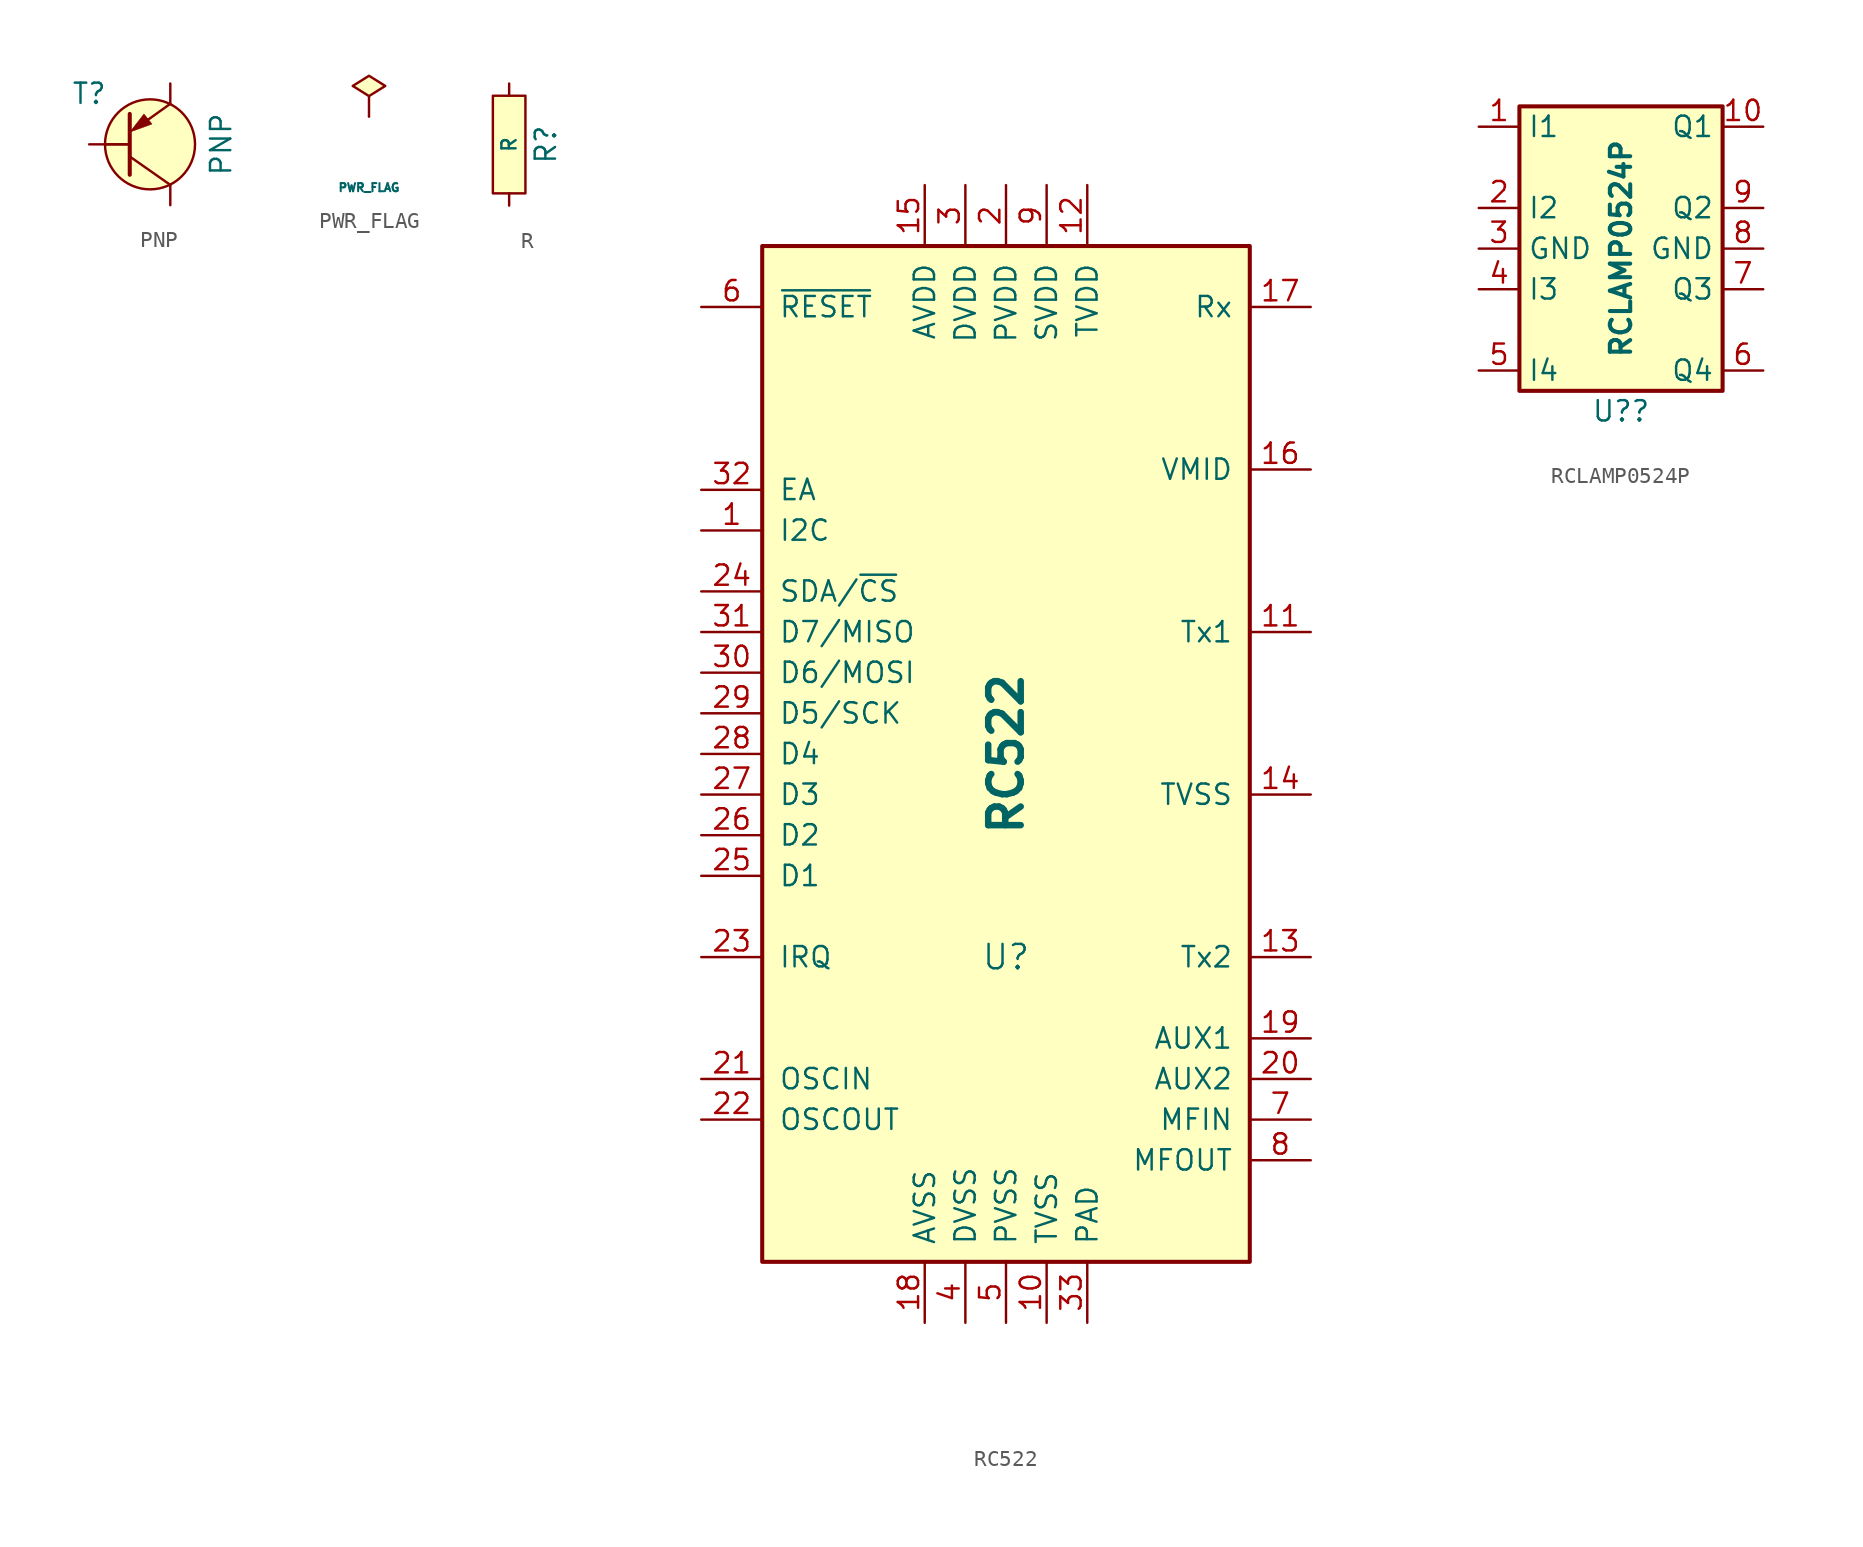
<source format=kicad_sym>
(kicad_symbol_lib
  (version 20231120)
  (generator "kicad_symbol_editor")
  (generator_version "8.0")
  (symbol "PNP"
    (pin_numbers hide)
    (pin_names
      (offset 0) hide)
    (property "Reference" "T"
      (at -2.54 3.175 0)
      (effects (font (size 1.27 1.27))))
    (property "Value" "PNP"
      (at 5.715 0 90)
      (effects (font (size 1.27 1.27))))
    (property "Footprint" ""
      (at 0 0 0)
      (effects (font (size 1.524 1.524))))
    (property "Datasheet" ""
      (at 0 0 0)
      (effects (font (size 1.524 1.524))))
    (symbol "PNP_0_1"
      (polyline (pts (xy 0 -0.762) (xy 2.54 -2.54) (xy 2.54 -2.54)) (stroke (width 0) (type default)) (fill (type none)))
      (polyline (pts (xy 0 0) (xy -1.524 0) (xy -1.524 0)) (stroke (width 0) (type default)) (fill (type none)))
      (polyline (pts (xy 0 1.905) (xy 0 -1.905) (xy 0 -1.905)) (stroke (width 0.254) (type default)) (fill (type outline)))
      (polyline (pts (xy 2.54 2.54) (xy 0.762 1.27) (xy 0.762 1.27)) (stroke (width 0) (type default)) (fill (type none)))
      (polyline (pts (xy 0 0.762) (xy 1.397 1.27) (xy 0.889 1.905) (xy 0 0.762) (xy 0 0.762)) (stroke (width 0.025) (type default)) (fill (type outline)))
      (circle (center 1.27 0) (radius 2.819) (stroke (width 0) (type default)) (fill (type background))))
    (symbol "PNP_1_1"
      (pin input line (at -2.54 0 0) (length 2.54) (name "B" (effects (font (size 1.016 1.016)))) (number "B" (effects (font (size 1.016 1.016)))))
      (pin passive line (at 2.54 -3.81 90) (length 1.27) (name "C" (effects (font (size 1.016 1.016)))) (number "C" (effects (font (size 1.016 1.016)))))
      (pin passive line (at 2.54 3.81 270) (length 1.27) (name "E" (effects (font (size 1.016 1.016)))) (number "E" (effects (font (size 1.016 1.016)))))))
  (symbol "PWR_FLAG"
    (power)
    (pin_numbers hide)
    (pin_names
      (offset 0) hide)
    (property "Reference" "#FLG0101"
      (at 0 1.905 0)
      (effects (font (size 1.27 1.27)) (hide yes)))
    (property "Value" "PWR_FLAG"
      (at 0 -4.445 0)
      (effects (font (size 0.508 0.508))))
    (symbol "PWR_FLAG_0_0"
      (pin power_out line (at 0 0 90) (length 0) (name "pwr" (effects (font (size 1.27 1.27)))) (number "1" (effects (font (size 1.27 1.27))))))
    (symbol "PWR_FLAG_0_1"
      (polyline (pts (xy 0 0) (xy 0 1.27) (xy -1.016 1.905) (xy 0 2.54) (xy 1.016 1.905) (xy 0 1.27)) (stroke (width 0) (type default)) (fill (type background)))))
  (symbol "R"
    (pin_numbers hide)
    (pin_names
      (offset 0))
    (property "Reference" "R"
      (at 2.286 0 90)
      (effects (font (size 1.27 1.27))))
    (property "Value" "R"
      (at 0 0 90)
      (effects (font (size 0.889 0.889))))
    (property "Datasheet" ""
      (at 0 0 0)
      (effects (font (size 1.524 1.524))))
    (symbol "R_0_1"
      (rectangle (start -1.016 3.048) (end 1.016 -3.048) (stroke (width 0) (type default)) (fill (type background))))
    (symbol "R_1_1"
      (pin passive line (at 0 3.81 270) (length 0.762) (name "~" (effects (font (size 1.524 1.524)))) (number "1" (effects (font (size 1.524 1.524)))))
      (pin passive line (at 0 -3.81 90) (length 0.762) (name "~" (effects (font (size 1.524 1.524)))) (number "2" (effects (font (size 1.524 1.524)))))))
  (symbol "RC522"
    (pin_names
      (offset 1.016))
    (property "Reference" "U"
      (at 0 -12.7 0)
      (effects (font (size 1.524 1.524))))
    (property "Value" "RC522"
      (at 0 0 90)
      (effects (font (size 2.032 2.032) (bold yes))))
    (symbol "RC522_0_1"
      (rectangle (start -15.24 31.75) (end 15.24 -31.75) (stroke (width 0.254) (type default)) (fill (type background))))
    (symbol "RC522_1_1"
      (pin input line (at -19.05 13.97 0) (length 3.81) (name "I2C" (effects (font (size 1.27 1.27)))) (number "1" (effects (font (size 1.27 1.27)))))
      (pin power_in line (at 2.54 -35.56 90) (length 3.81) (name "TVSS" (effects (font (size 1.27 1.27)))) (number "10" (effects (font (size 1.27 1.27)))))
      (pin input line (at 19.05 7.62 180) (length 3.81) (name "Tx1" (effects (font (size 1.27 1.27)))) (number "11" (effects (font (size 1.27 1.27)))))
      (pin power_in line (at 5.08 35.56 270) (length 3.81) (name "TVDD" (effects (font (size 1.27 1.27)))) (number "12" (effects (font (size 1.27 1.27)))))
      (pin input line (at 19.05 -12.7 180) (length 3.81) (name "Tx2" (effects (font (size 1.27 1.27)))) (number "13" (effects (font (size 1.27 1.27)))))
      (pin power_in line (at 19.05 -2.54 180) (length 3.81) (name "TVSS" (effects (font (size 1.27 1.27)))) (number "14" (effects (font (size 1.27 1.27)))))
      (pin power_in line (at -5.08 35.56 270) (length 3.81) (name "AVDD" (effects (font (size 1.27 1.27)))) (number "15" (effects (font (size 1.27 1.27)))))
      (pin bidirectional line (at 19.05 17.78 180) (length 3.81) (name "VMID" (effects (font (size 1.27 1.27)))) (number "16" (effects (font (size 1.27 1.27)))))
      (pin bidirectional line (at 19.05 27.94 180) (length 3.81) (name "Rx" (effects (font (size 1.27 1.27)))) (number "17" (effects (font (size 1.27 1.27)))))
      (pin power_in line (at -5.08 -35.56 90) (length 3.81) (name "AVSS" (effects (font (size 1.27 1.27)))) (number "18" (effects (font (size 1.27 1.27)))))
      (pin bidirectional line (at 19.05 -17.78 180) (length 3.81) (name "AUX1" (effects (font (size 1.27 1.27)))) (number "19" (effects (font (size 1.27 1.27)))))
      (pin power_in line (at 0 35.56 270) (length 3.81) (name "PVDD" (effects (font (size 1.27 1.27)))) (number "2" (effects (font (size 1.27 1.27)))))
      (pin bidirectional line (at 19.05 -20.32 180) (length 3.81) (name "AUX2" (effects (font (size 1.27 1.27)))) (number "20" (effects (font (size 1.27 1.27)))))
      (pin bidirectional line (at -19.05 -20.32 0) (length 3.81) (name "OSCIN" (effects (font (size 1.27 1.27)))) (number "21" (effects (font (size 1.27 1.27)))))
      (pin bidirectional line (at -19.05 -22.86 0) (length 3.81) (name "OSCOUT" (effects (font (size 1.27 1.27)))) (number "22" (effects (font (size 1.27 1.27)))))
      (pin bidirectional line (at -19.05 -12.7 0) (length 3.81) (name "IRQ" (effects (font (size 1.27 1.27)))) (number "23" (effects (font (size 1.27 1.27)))))
      (pin bidirectional line (at -19.05 10.16 0) (length 3.81) (name "SDA/~{CS}" (effects (font (size 1.27 1.27)))) (number "24" (effects (font (size 1.27 1.27)))))
      (pin bidirectional line (at -19.05 -7.62 0) (length 3.81) (name "D1" (effects (font (size 1.27 1.27)))) (number "25" (effects (font (size 1.27 1.27)))))
      (pin bidirectional line (at -19.05 -5.08 0) (length 3.81) (name "D2" (effects (font (size 1.27 1.27)))) (number "26" (effects (font (size 1.27 1.27)))))
      (pin bidirectional line (at -19.05 -2.54 0) (length 3.81) (name "D3" (effects (font (size 1.27 1.27)))) (number "27" (effects (font (size 1.27 1.27)))))
      (pin bidirectional line (at -19.05 0 0) (length 3.81) (name "D4" (effects (font (size 1.27 1.27)))) (number "28" (effects (font (size 1.27 1.27)))))
      (pin bidirectional line (at -19.05 2.54 0) (length 3.81) (name "D5/SCK" (effects (font (size 1.27 1.27)))) (number "29" (effects (font (size 1.27 1.27)))))
      (pin power_in line (at -2.54 35.56 270) (length 3.81) (name "DVDD" (effects (font (size 1.27 1.27)))) (number "3" (effects (font (size 1.27 1.27)))))
      (pin bidirectional line (at -19.05 5.08 0) (length 3.81) (name "D6/MOSI" (effects (font (size 1.27 1.27)))) (number "30" (effects (font (size 1.27 1.27)))))
      (pin bidirectional line (at -19.05 7.62 0) (length 3.81) (name "D7/MISO" (effects (font (size 1.27 1.27)))) (number "31" (effects (font (size 1.27 1.27)))))
      (pin input line (at -19.05 16.51 0) (length 3.81) (name "EA" (effects (font (size 1.27 1.27)))) (number "32" (effects (font (size 1.27 1.27)))))
      (pin passive line (at 5.08 -35.56 90) (length 3.81) (name "PAD" (effects (font (size 1.27 1.27)))) (number "33" (effects (font (size 1.27 1.27)))))
      (pin power_in line (at -2.54 -35.56 90) (length 3.81) (name "DVSS" (effects (font (size 1.27 1.27)))) (number "4" (effects (font (size 1.27 1.27)))))
      (pin power_in line (at 0 -35.56 90) (length 3.81) (name "PVSS" (effects (font (size 1.27 1.27)))) (number "5" (effects (font (size 1.27 1.27)))))
      (pin input line (at -19.05 27.94 0) (length 3.81) (name "~{RESET}" (effects (font (size 1.27 1.27)))) (number "6" (effects (font (size 1.27 1.27)))))
      (pin input line (at 19.05 -22.86 180) (length 3.81) (name "MFIN" (effects (font (size 1.27 1.27)))) (number "7" (effects (font (size 1.27 1.27)))))
      (pin input line (at 19.05 -25.4 180) (length 3.81) (name "MFOUT" (effects (font (size 1.27 1.27)))) (number "8" (effects (font (size 1.27 1.27)))))
      (pin power_in line (at 2.54 35.56 270) (length 3.81) (name "SVDD" (effects (font (size 1.27 1.27)))) (number "9" (effects (font (size 1.27 1.27)))))))
  (symbol "RCLAMP0524P"
    (property "Reference" "U?"
      (at 0 -10.16 0)
      (effects (font (size 1.27 1.27))))
    (property "Value" "RCLAMP0524P"
      (at 0 0 90)
      (effects (font (size 1.27 1.27) (bold yes))))
    (symbol "RCLAMP0524P_0_1"
      (rectangle (start -6.35 8.89) (end 6.35 -8.89) (stroke (width 0.254) (type default)) (fill (type background))))
    (symbol "RCLAMP0524P_1_1"
      (pin passive line (at -8.89 7.62 0) (length 2.54) (name "I1" (effects (font (size 1.27 1.27)))) (number "1" (effects (font (size 1.27 1.27)))))
      (pin passive line (at 8.89 7.62 180) (length 2.54) (name "Q1" (effects (font (size 1.27 1.27)))) (number "10" (effects (font (size 1.27 1.27)))))
      (pin passive line (at -8.89 2.54 0) (length 2.54) (name "I2" (effects (font (size 1.27 1.27)))) (number "2" (effects (font (size 1.27 1.27)))))
      (pin passive line (at -8.89 0 0) (length 2.54) (name "GND" (effects (font (size 1.27 1.27)))) (number "3" (effects (font (size 1.27 1.27)))))
      (pin passive line (at -8.89 -2.54 0) (length 2.54) (name "I3" (effects (font (size 1.27 1.27)))) (number "4" (effects (font (size 1.27 1.27)))))
      (pin passive line (at -8.89 -7.62 0) (length 2.54) (name "I4" (effects (font (size 1.27 1.27)))) (number "5" (effects (font (size 1.27 1.27)))))
      (pin passive line (at 8.89 -7.62 180) (length 2.54) (name "Q4" (effects (font (size 1.27 1.27)))) (number "6" (effects (font (size 1.27 1.27)))))
      (pin passive line (at 8.89 -2.54 180) (length 2.54) (name "Q3" (effects (font (size 1.27 1.27)))) (number "7" (effects (font (size 1.27 1.27)))))
      (pin passive line (at 8.89 0 180) (length 2.54) (name "GND" (effects (font (size 1.27 1.27)))) (number "8" (effects (font (size 1.27 1.27)))))
      (pin passive line (at 8.89 2.54 180) (length 2.54) (name "Q2" (effects (font (size 1.27 1.27)))) (number "9" (effects (font (size 1.27 1.27))))))))
</source>
